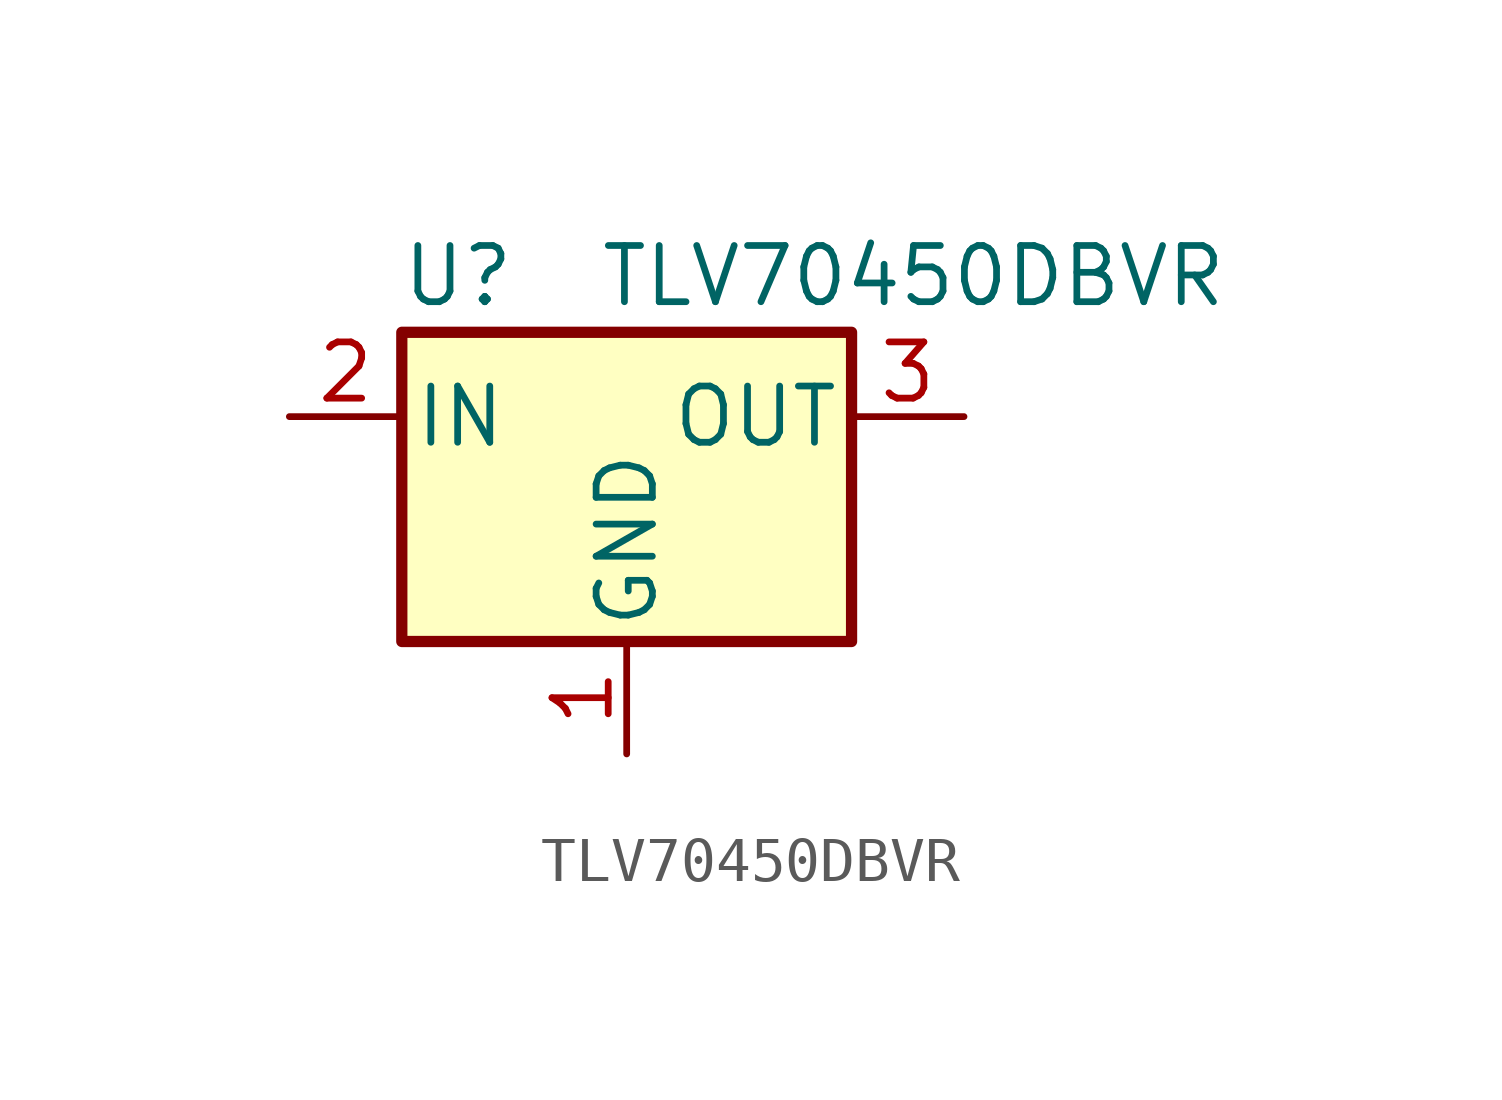
<source format=kicad_sym>
(kicad_symbol_lib
  (version 20231120)
  (generator "kicad_symbol_editor")
  (generator_version "8.0")
  (symbol "TLV70450DBVR"
    (pin_names
      (offset 0.254))
    (property "Reference" "U"
      (at -3.81 3.175 0)
      (effects (font (size 1.27 1.27))))
    (property "Value" "TLV70450DBVR"
      (at -0.635 3.175 0)
      (effects (font (size 1.27 1.27)) (justify left)))
    (symbol "TLV70450DBVR_0_1"
      (rectangle (start -5.08 1.905) (end 5.08 -5.08) (stroke (width 0.254) (type default)) (fill (type background))))
    (symbol "TLV70450DBVR_1_1"
      (pin power_in line (at 0 -7.62 90) (length 2.54) (name "GND" (effects (font (size 1.27 1.27)))) (number "1" (effects (font (size 1.27 1.27)))))
      (pin power_in line (at -7.62 0 0) (length 2.54) (name "IN" (effects (font (size 1.27 1.27)))) (number "2" (effects (font (size 1.27 1.27)))))
      (pin power_out line (at 7.62 0 180) (length 2.54) (name "OUT" (effects (font (size 1.27 1.27)))) (number "3" (effects (font (size 1.27 1.27)))))
      (pin passive line (at 0 -7.62 90) (length 2.54) hide (name "NC" (effects (font (size 1.27 1.27)))) (number "4" (effects (font (size 1.27 1.27)))))
      (pin passive line (at 0 -7.62 90) (length 2.54) hide (name "NC" (effects (font (size 1.27 1.27)))) (number "5" (effects (font (size 1.27 1.27))))))))
</source>
